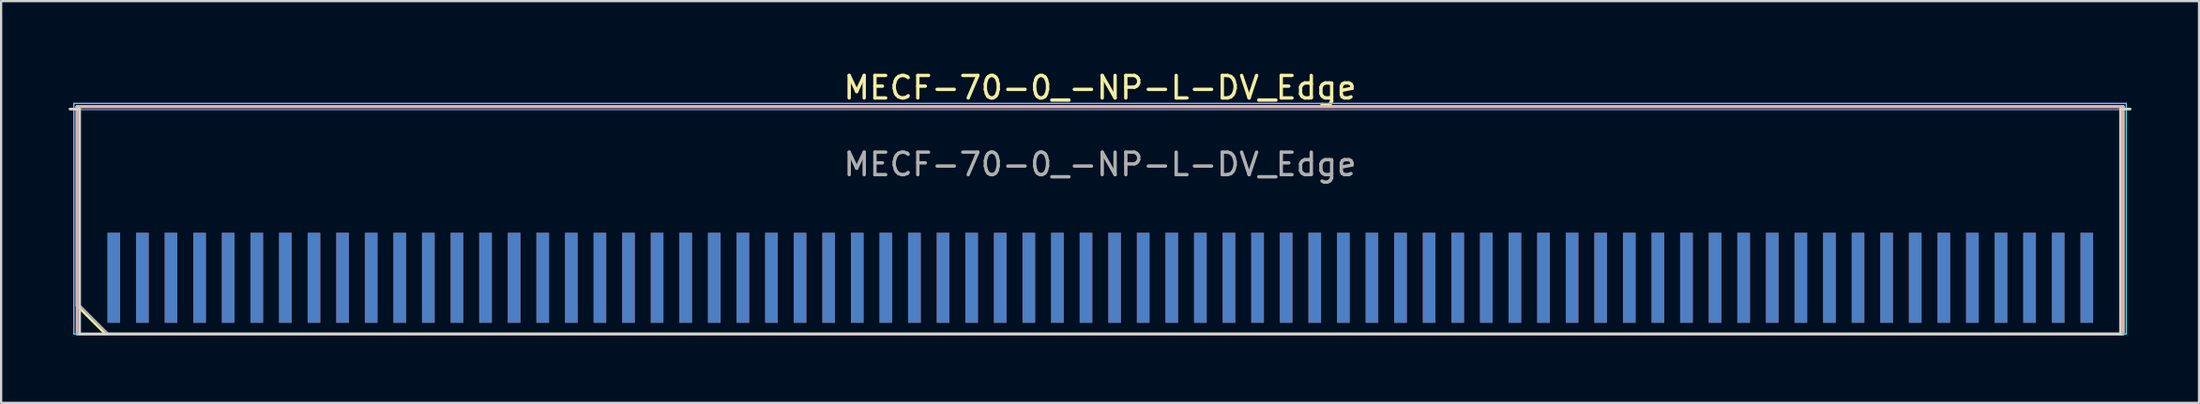
<source format=kicad_pcb>
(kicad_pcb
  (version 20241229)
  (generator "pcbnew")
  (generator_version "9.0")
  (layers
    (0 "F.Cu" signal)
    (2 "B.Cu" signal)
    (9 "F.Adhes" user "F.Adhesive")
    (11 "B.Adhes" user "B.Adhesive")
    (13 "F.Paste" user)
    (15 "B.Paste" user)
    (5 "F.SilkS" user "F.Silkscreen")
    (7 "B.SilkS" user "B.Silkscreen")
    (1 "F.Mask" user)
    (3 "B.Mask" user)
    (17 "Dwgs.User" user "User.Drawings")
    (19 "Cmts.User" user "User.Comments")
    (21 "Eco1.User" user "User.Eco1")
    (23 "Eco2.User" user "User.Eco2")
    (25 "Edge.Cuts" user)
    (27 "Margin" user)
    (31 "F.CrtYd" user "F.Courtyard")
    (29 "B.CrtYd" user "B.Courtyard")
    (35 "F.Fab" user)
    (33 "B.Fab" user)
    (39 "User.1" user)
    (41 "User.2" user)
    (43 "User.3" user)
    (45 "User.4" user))
  (footprint "MECF-70-0_-NP-L-DV_Edge"
    (layer "F.Cu")
    (at 45.81 6.798)
    (property "Reference" "MECF-70-0_-NP-L-DV_Edge" (at 0 -5.95 0) (layer "F.SilkS") (effects (font (size 1 1) (thickness 0.15))))
    (attr exclude_from_pos_files exclude_from_bom)
    (fp_line (start -45.44 -5.11) (end 45.44 -5.11) (stroke (width 0.12) (type solid)) (layer "F.SilkS"))
    (fp_line (start -45.44 3.73) (end -45.44 -5.11) (stroke (width 0.12) (type solid)) (layer "F.SilkS"))
    (fp_line (start -44.17 5) (end -45.44 3.73) (stroke (width 0.12) (type solid)) (layer "F.SilkS"))
    (fp_line (start -44.17 5) (end 45.44 5) (stroke (width 0.12) (type solid)) (layer "F.SilkS"))
    (fp_line (start 45.44 5) (end 45.44 -5.11) (stroke (width 0.12) (type solid)) (layer "F.SilkS"))
    (fp_line (start -45.44 -5.11) (end 45.44 -5.11) (stroke (width 0.12) (type solid)) (layer "B.SilkS"))
    (fp_line (start -45.44 5) (end -45.44 -5.11) (stroke (width 0.12) (type solid)) (layer "B.SilkS"))
    (fp_line (start -45.44 5) (end 45.44 5) (stroke (width 0.12) (type solid)) (layer "B.SilkS"))
    (fp_line (start 45.44 5) (end 45.44 -5.11) (stroke (width 0.12) (type solid)) (layer "B.SilkS"))
    (fp_line (start -45.75 -5) (end -45.325 -5) (stroke (width 0.12) (type solid)) (layer "Edge.Cuts"))
    (fp_line (start -45.325 5) (end -45.325 -5) (stroke (width 0.12) (type solid)) (layer "Edge.Cuts"))
    (fp_line (start -45.325 5) (end 45.325 5) (stroke (width 0.12) (type solid)) (layer "Edge.Cuts"))
    (fp_line (start 45.325 5) (end 45.325 -5) (stroke (width 0.12) (type solid)) (layer "Edge.Cuts"))
    (fp_line (start 45.75 -5) (end 45.325 -5) (stroke (width 0.12) (type solid)) (layer "Edge.Cuts"))
    (fp_line (start -45.58 -5.25) (end -45.58 5) (stroke (width 0.05) (type solid)) (layer "B.CrtYd"))
    (fp_line (start -45.58 5) (end 45.58 5) (stroke (width 0.05) (type solid)) (layer "B.CrtYd"))
    (fp_line (start 45.58 -5.25) (end -45.58 -5.25) (stroke (width 0.05) (type solid)) (layer "B.CrtYd"))
    (fp_line (start 45.58 5) (end 45.58 -5.25) (stroke (width 0.05) (type solid)) (layer "B.CrtYd"))
    (fp_line (start -45.58 -5.25) (end -45.58 5) (stroke (width 0.05) (type solid)) (layer "F.CrtYd"))
    (fp_line (start -45.58 5) (end 45.58 5) (stroke (width 0.05) (type solid)) (layer "F.CrtYd"))
    (fp_line (start 45.58 -5.25) (end -45.58 -5.25) (stroke (width 0.05) (type solid)) (layer "F.CrtYd"))
    (fp_line (start 45.58 5) (end 45.58 -5.25) (stroke (width 0.05) (type solid)) (layer "F.CrtYd"))
    (fp_line (start -45.325 -5) (end 45.325 -5) (stroke (width 0.1) (type solid)) (layer "B.Fab"))
    (fp_line (start -45.325 5) (end -45.325 -5) (stroke (width 0.1) (type solid)) (layer "B.Fab"))
    (fp_line (start -45.325 5) (end 45.325 5) (stroke (width 0.1) (type solid)) (layer "B.Fab"))
    (fp_line (start 45.325 5) (end 45.325 -5) (stroke (width 0.1) (type solid)) (layer "B.Fab"))
    (fp_line (start -45.325 -5) (end 45.325 -5) (stroke (width 0.1) (type solid)) (layer "F.Fab"))
    (fp_line (start -45.325 3.73) (end -45.325 -5) (stroke (width 0.1) (type solid)) (layer "F.Fab"))
    (fp_line (start -45.325 3.73) (end -44.055 5) (stroke (width 0.1) (type solid)) (layer "F.Fab"))
    (fp_line (start -44.055 5) (end 45.325 5) (stroke (width 0.1) (type solid)) (layer "F.Fab"))
    (fp_line (start 45.325 5) (end 45.325 -5) (stroke (width 0.1) (type solid)) (layer "F.Fab"))
    (fp_text user "${REFERENCE}" (at 0 -2.54 0) (layer "F.Fab") (effects (font (size 1 1) (thickness 0.15))))
    (pad "1" smd rect (at -43.805 2.5) (size 0.56 4) (layers "F.Cu" "F.Mask" "F.Paste"))
    (pad "2" smd rect (at -43.805 2.5) (size 0.56 4) (layers "B.Cu" "B.Mask" "B.Paste"))
    (pad "3" smd rect (at -42.535 2.5) (size 0.56 4) (layers "F.Cu" "F.Mask" "F.Paste"))
    (pad "4" smd rect (at -42.535 2.5) (size 0.56 4) (layers "B.Cu" "B.Mask" "B.Paste"))
    (pad "5" smd rect (at -41.265 2.5) (size 0.56 4) (layers "F.Cu" "F.Mask" "F.Paste"))
    (pad "6" smd rect (at -41.265 2.5) (size 0.56 4) (layers "B.Cu" "B.Mask" "B.Paste"))
    (pad "7" smd rect (at -39.995 2.5) (size 0.56 4) (layers "F.Cu" "F.Mask" "F.Paste"))
    (pad "8" smd rect (at -39.995 2.5) (size 0.56 4) (layers "B.Cu" "B.Mask" "B.Paste"))
    (pad "9" smd rect (at -38.725 2.5) (size 0.56 4) (layers "F.Cu" "F.Mask" "F.Paste"))
    (pad "10" smd rect (at -38.725 2.5) (size 0.56 4) (layers "B.Cu" "B.Mask" "B.Paste"))
    (pad "11" smd rect (at -37.455 2.5) (size 0.56 4) (layers "F.Cu" "F.Mask" "F.Paste"))
    (pad "12" smd rect (at -37.455 2.5) (size 0.56 4) (layers "B.Cu" "B.Mask" "B.Paste"))
    (pad "13" smd rect (at -36.185 2.5) (size 0.56 4) (layers "F.Cu" "F.Mask" "F.Paste"))
    (pad "14" smd rect (at -36.185 2.5) (size 0.56 4) (layers "B.Cu" "B.Mask" "B.Paste"))
    (pad "15" smd rect (at -34.915 2.5) (size 0.56 4) (layers "F.Cu" "F.Mask" "F.Paste"))
    (pad "16" smd rect (at -34.915 2.5) (size 0.56 4) (layers "B.Cu" "B.Mask" "B.Paste"))
    (pad "17" smd rect (at -33.645 2.5) (size 0.56 4) (layers "F.Cu" "F.Mask" "F.Paste"))
    (pad "18" smd rect (at -33.645 2.5) (size 0.56 4) (layers "B.Cu" "B.Mask" "B.Paste"))
    (pad "19" smd rect (at -32.375 2.5) (size 0.56 4) (layers "F.Cu" "F.Mask" "F.Paste"))
    (pad "20" smd rect (at -32.375 2.5) (size 0.56 4) (layers "B.Cu" "B.Mask" "B.Paste"))
    (pad "21" smd rect (at -31.105 2.5) (size 0.56 4) (layers "F.Cu" "F.Mask" "F.Paste"))
    (pad "22" smd rect (at -31.105 2.5) (size 0.56 4) (layers "B.Cu" "B.Mask" "B.Paste"))
    (pad "23" smd rect (at -29.835 2.5) (size 0.56 4) (layers "F.Cu" "F.Mask" "F.Paste"))
    (pad "24" smd rect (at -29.835 2.5) (size 0.56 4) (layers "B.Cu" "B.Mask" "B.Paste"))
    (pad "25" smd rect (at -28.565 2.5) (size 0.56 4) (layers "F.Cu" "F.Mask" "F.Paste"))
    (pad "26" smd rect (at -28.565 2.5) (size 0.56 4) (layers "B.Cu" "B.Mask" "B.Paste"))
    (pad "27" smd rect (at -27.295 2.5) (size 0.56 4) (layers "F.Cu" "F.Mask" "F.Paste"))
    (pad "28" smd rect (at -27.295 2.5) (size 0.56 4) (layers "B.Cu" "B.Mask" "B.Paste"))
    (pad "29" smd rect (at -26.025 2.5) (size 0.56 4) (layers "F.Cu" "F.Mask" "F.Paste"))
    (pad "30" smd rect (at -26.025 2.5) (size 0.56 4) (layers "B.Cu" "B.Mask" "B.Paste"))
    (pad "31" smd rect (at -24.755 2.5) (size 0.56 4) (layers "F.Cu" "F.Mask" "F.Paste"))
    (pad "32" smd rect (at -24.755 2.5) (size 0.56 4) (layers "B.Cu" "B.Mask" "B.Paste"))
    (pad "33" smd rect (at -23.485 2.5) (size 0.56 4) (layers "F.Cu" "F.Mask" "F.Paste"))
    (pad "34" smd rect (at -23.485 2.5) (size 0.56 4) (layers "B.Cu" "B.Mask" "B.Paste"))
    (pad "35" smd rect (at -22.215 2.5) (size 0.56 4) (layers "F.Cu" "F.Mask" "F.Paste"))
    (pad "36" smd rect (at -22.215 2.5) (size 0.56 4) (layers "B.Cu" "B.Mask" "B.Paste"))
    (pad "37" smd rect (at -20.945 2.5) (size 0.56 4) (layers "F.Cu" "F.Mask" "F.Paste"))
    (pad "38" smd rect (at -20.945 2.5) (size 0.56 4) (layers "B.Cu" "B.Mask" "B.Paste"))
    (pad "39" smd rect (at -19.675 2.5) (size 0.56 4) (layers "F.Cu" "F.Mask" "F.Paste"))
    (pad "40" smd rect (at -19.675 2.5) (size 0.56 4) (layers "B.Cu" "B.Mask" "B.Paste"))
    (pad "41" smd rect (at -18.405 2.5) (size 0.56 4) (layers "F.Cu" "F.Mask" "F.Paste"))
    (pad "42" smd rect (at -18.405 2.5) (size 0.56 4) (layers "B.Cu" "B.Mask" "B.Paste"))
    (pad "43" smd rect (at -17.135 2.5) (size 0.56 4) (layers "F.Cu" "F.Mask" "F.Paste"))
    (pad "44" smd rect (at -17.135 2.5) (size 0.56 4) (layers "B.Cu" "B.Mask" "B.Paste"))
    (pad "45" smd rect (at -15.865 2.5) (size 0.56 4) (layers "F.Cu" "F.Mask" "F.Paste"))
    (pad "46" smd rect (at -15.865 2.5) (size 0.56 4) (layers "B.Cu" "B.Mask" "B.Paste"))
    (pad "47" smd rect (at -14.595 2.5) (size 0.56 4) (layers "F.Cu" "F.Mask" "F.Paste"))
    (pad "48" smd rect (at -14.595 2.5) (size 0.56 4) (layers "B.Cu" "B.Mask" "B.Paste"))
    (pad "49" smd rect (at -13.325 2.5) (size 0.56 4) (layers "F.Cu" "F.Mask" "F.Paste"))
    (pad "50" smd rect (at -13.325 2.5) (size 0.56 4) (layers "B.Cu" "B.Mask" "B.Paste"))
    (pad "51" smd rect (at -12.055 2.5) (size 0.56 4) (layers "F.Cu" "F.Mask" "F.Paste"))
    (pad "52" smd rect (at -12.055 2.5) (size 0.56 4) (layers "B.Cu" "B.Mask" "B.Paste"))
    (pad "53" smd rect (at -10.785 2.5) (size 0.56 4) (layers "F.Cu" "F.Mask" "F.Paste"))
    (pad "54" smd rect (at -10.785 2.5) (size 0.56 4) (layers "B.Cu" "B.Mask" "B.Paste"))
    (pad "55" smd rect (at -9.515 2.5) (size 0.56 4) (layers "F.Cu" "F.Mask" "F.Paste"))
    (pad "56" smd rect (at -9.515 2.5) (size 0.56 4) (layers "B.Cu" "B.Mask" "B.Paste"))
    (pad "57" smd rect (at -8.245 2.5) (size 0.56 4) (layers "F.Cu" "F.Mask" "F.Paste"))
    (pad "58" smd rect (at -8.245 2.5) (size 0.56 4) (layers "B.Cu" "B.Mask" "B.Paste"))
    (pad "59" smd rect (at -6.975 2.5) (size 0.56 4) (layers "F.Cu" "F.Mask" "F.Paste"))
    (pad "60" smd rect (at -6.975 2.5) (size 0.56 4) (layers "B.Cu" "B.Mask" "B.Paste"))
    (pad "61" smd rect (at -5.705 2.5) (size 0.56 4) (layers "F.Cu" "F.Mask" "F.Paste"))
    (pad "62" smd rect (at -5.705 2.5) (size 0.56 4) (layers "B.Cu" "B.Mask" "B.Paste"))
    (pad "63" smd rect (at -4.435 2.5) (size 0.56 4) (layers "F.Cu" "F.Mask" "F.Paste"))
    (pad "64" smd rect (at -4.435 2.5) (size 0.56 4) (layers "B.Cu" "B.Mask" "B.Paste"))
    (pad "65" smd rect (at -3.165 2.5) (size 0.56 4) (layers "F.Cu" "F.Mask" "F.Paste"))
    (pad "66" smd rect (at -3.165 2.5) (size 0.56 4) (layers "B.Cu" "B.Mask" "B.Paste"))
    (pad "67" smd rect (at -1.895 2.5) (size 0.56 4) (layers "F.Cu" "F.Mask" "F.Paste"))
    (pad "68" smd rect (at -1.895 2.5) (size 0.56 4) (layers "B.Cu" "B.Mask" "B.Paste"))
    (pad "69" smd rect (at -0.625 2.5) (size 0.56 4) (layers "F.Cu" "F.Mask" "F.Paste"))
    (pad "70" smd rect (at -0.625 2.5) (size 0.56 4) (layers "B.Cu" "B.Mask" "B.Paste"))
    (pad "71" smd rect (at 0.645 2.5) (size 0.56 4) (layers "F.Cu" "F.Mask" "F.Paste"))
    (pad "72" smd rect (at 0.645 2.5) (size 0.56 4) (layers "B.Cu" "B.Mask" "B.Paste"))
    (pad "73" smd rect (at 1.915 2.5) (size 0.56 4) (layers "F.Cu" "F.Mask" "F.Paste"))
    (pad "74" smd rect (at 1.915 2.5) (size 0.56 4) (layers "B.Cu" "B.Mask" "B.Paste"))
    (pad "75" smd rect (at 3.185 2.5) (size 0.56 4) (layers "F.Cu" "F.Mask" "F.Paste"))
    (pad "76" smd rect (at 3.185 2.5) (size 0.56 4) (layers "B.Cu" "B.Mask" "B.Paste"))
    (pad "77" smd rect (at 4.455 2.5) (size 0.56 4) (layers "F.Cu" "F.Mask" "F.Paste"))
    (pad "78" smd rect (at 4.455 2.5) (size 0.56 4) (layers "B.Cu" "B.Mask" "B.Paste"))
    (pad "79" smd rect (at 5.725 2.5) (size 0.56 4) (layers "F.Cu" "F.Mask" "F.Paste"))
    (pad "80" smd rect (at 5.725 2.5) (size 0.56 4) (layers "B.Cu" "B.Mask" "B.Paste"))
    (pad "81" smd rect (at 6.995 2.5) (size 0.56 4) (layers "F.Cu" "F.Mask" "F.Paste"))
    (pad "82" smd rect (at 6.995 2.5) (size 0.56 4) (layers "B.Cu" "B.Mask" "B.Paste"))
    (pad "83" smd rect (at 8.265 2.5) (size 0.56 4) (layers "F.Cu" "F.Mask" "F.Paste"))
    (pad "84" smd rect (at 8.265 2.5) (size 0.56 4) (layers "B.Cu" "B.Mask" "B.Paste"))
    (pad "85" smd rect (at 9.535 2.5) (size 0.56 4) (layers "F.Cu" "F.Mask" "F.Paste"))
    (pad "86" smd rect (at 9.535 2.5) (size 0.56 4) (layers "B.Cu" "B.Mask" "B.Paste"))
    (pad "87" smd rect (at 10.805 2.5) (size 0.56 4) (layers "F.Cu" "F.Mask" "F.Paste"))
    (pad "88" smd rect (at 10.805 2.5) (size 0.56 4) (layers "B.Cu" "B.Mask" "B.Paste"))
    (pad "89" smd rect (at 12.075 2.5) (size 0.56 4) (layers "F.Cu" "F.Mask" "F.Paste"))
    (pad "90" smd rect (at 12.075 2.5) (size 0.56 4) (layers "B.Cu" "B.Mask" "B.Paste"))
    (pad "91" smd rect (at 13.345 2.5) (size 0.56 4) (layers "F.Cu" "F.Mask" "F.Paste"))
    (pad "92" smd rect (at 13.345 2.5) (size 0.56 4) (layers "B.Cu" "B.Mask" "B.Paste"))
    (pad "93" smd rect (at 14.615 2.5) (size 0.56 4) (layers "F.Cu" "F.Mask" "F.Paste"))
    (pad "94" smd rect (at 14.615 2.5) (size 0.56 4) (layers "B.Cu" "B.Mask" "B.Paste"))
    (pad "95" smd rect (at 15.885 2.5) (size 0.56 4) (layers "F.Cu" "F.Mask" "F.Paste"))
    (pad "96" smd rect (at 15.885 2.5) (size 0.56 4) (layers "B.Cu" "B.Mask" "B.Paste"))
    (pad "97" smd rect (at 17.155 2.5) (size 0.56 4) (layers "F.Cu" "F.Mask" "F.Paste"))
    (pad "98" smd rect (at 17.155 2.5) (size 0.56 4) (layers "B.Cu" "B.Mask" "B.Paste"))
    (pad "99" smd rect (at 18.425 2.5) (size 0.56 4) (layers "F.Cu" "F.Mask" "F.Paste"))
    (pad "100" smd rect (at 18.425 2.5) (size 0.56 4) (layers "B.Cu" "B.Mask" "B.Paste"))
    (pad "101" smd rect (at 19.695 2.5) (size 0.56 4) (layers "F.Cu" "F.Mask" "F.Paste"))
    (pad "102" smd rect (at 19.695 2.5) (size 0.56 4) (layers "B.Cu" "B.Mask" "B.Paste"))
    (pad "103" smd rect (at 20.965 2.5) (size 0.56 4) (layers "F.Cu" "F.Mask" "F.Paste"))
    (pad "104" smd rect (at 20.965 2.5) (size 0.56 4) (layers "B.Cu" "B.Mask" "B.Paste"))
    (pad "105" smd rect (at 22.235 2.5) (size 0.56 4) (layers "F.Cu" "F.Mask" "F.Paste"))
    (pad "106" smd rect (at 22.235 2.5) (size 0.56 4) (layers "B.Cu" "B.Mask" "B.Paste"))
    (pad "107" smd rect (at 23.505 2.5) (size 0.56 4) (layers "F.Cu" "F.Mask" "F.Paste"))
    (pad "108" smd rect (at 23.505 2.5) (size 0.56 4) (layers "B.Cu" "B.Mask" "B.Paste"))
    (pad "109" smd rect (at 24.775 2.5) (size 0.56 4) (layers "F.Cu" "F.Mask" "F.Paste"))
    (pad "110" smd rect (at 24.775 2.5) (size 0.56 4) (layers "B.Cu" "B.Mask" "B.Paste"))
    (pad "111" smd rect (at 26.045 2.5) (size 0.56 4) (layers "F.Cu" "F.Mask" "F.Paste"))
    (pad "112" smd rect (at 26.045 2.5) (size 0.56 4) (layers "B.Cu" "B.Mask" "B.Paste"))
    (pad "113" smd rect (at 27.315 2.5) (size 0.56 4) (layers "F.Cu" "F.Mask" "F.Paste"))
    (pad "114" smd rect (at 27.315 2.5) (size 0.56 4) (layers "B.Cu" "B.Mask" "B.Paste"))
    (pad "115" smd rect (at 28.585 2.5) (size 0.56 4) (layers "F.Cu" "F.Mask" "F.Paste"))
    (pad "116" smd rect (at 28.585 2.5) (size 0.56 4) (layers "B.Cu" "B.Mask" "B.Paste"))
    (pad "117" smd rect (at 29.855 2.5) (size 0.56 4) (layers "F.Cu" "F.Mask" "F.Paste"))
    (pad "118" smd rect (at 29.855 2.5) (size 0.56 4) (layers "B.Cu" "B.Mask" "B.Paste"))
    (pad "119" smd rect (at 31.125 2.5) (size 0.56 4) (layers "F.Cu" "F.Mask" "F.Paste"))
    (pad "120" smd rect (at 31.125 2.5) (size 0.56 4) (layers "B.Cu" "B.Mask" "B.Paste"))
    (pad "121" smd rect (at 32.395 2.5) (size 0.56 4) (layers "F.Cu" "F.Mask" "F.Paste"))
    (pad "122" smd rect (at 32.395 2.5) (size 0.56 4) (layers "B.Cu" "B.Mask" "B.Paste"))
    (pad "123" smd rect (at 33.665 2.5) (size 0.56 4) (layers "F.Cu" "F.Mask" "F.Paste"))
    (pad "124" smd rect (at 33.665 2.5) (size 0.56 4) (layers "B.Cu" "B.Mask" "B.Paste"))
    (pad "125" smd rect (at 34.935 2.5) (size 0.56 4) (layers "F.Cu" "F.Mask" "F.Paste"))
    (pad "126" smd rect (at 34.935 2.5) (size 0.56 4) (layers "B.Cu" "B.Mask" "B.Paste"))
    (pad "127" smd rect (at 36.205 2.5) (size 0.56 4) (layers "F.Cu" "F.Mask" "F.Paste"))
    (pad "128" smd rect (at 36.205 2.5) (size 0.56 4) (layers "B.Cu" "B.Mask" "B.Paste"))
    (pad "129" smd rect (at 37.475 2.5) (size 0.56 4) (layers "F.Cu" "F.Mask" "F.Paste"))
    (pad "130" smd rect (at 37.475 2.5) (size 0.56 4) (layers "B.Cu" "B.Mask" "B.Paste"))
    (pad "131" smd rect (at 38.745 2.5) (size 0.56 4) (layers "F.Cu" "F.Mask" "F.Paste"))
    (pad "132" smd rect (at 38.745 2.5) (size 0.56 4) (layers "B.Cu" "B.Mask" "B.Paste"))
    (pad "133" smd rect (at 40.015 2.5) (size 0.56 4) (layers "F.Cu" "F.Mask" "F.Paste"))
    (pad "134" smd rect (at 40.015 2.5) (size 0.56 4) (layers "B.Cu" "B.Mask" "B.Paste"))
    (pad "135" smd rect (at 41.285 2.5) (size 0.56 4) (layers "F.Cu" "F.Mask" "F.Paste"))
    (pad "136" smd rect (at 41.285 2.5) (size 0.56 4) (layers "B.Cu" "B.Mask" "B.Paste"))
    (pad "137" smd rect (at 42.555 2.5) (size 0.56 4) (layers "F.Cu" "F.Mask" "F.Paste"))
    (pad "138" smd rect (at 42.555 2.5) (size 0.56 4) (layers "B.Cu" "B.Mask" "B.Paste"))
    (pad "139" smd rect (at 43.825 2.5) (size 0.56 4) (layers "F.Cu" "F.Mask" "F.Paste"))
    (pad "140" smd rect (at 43.825 2.5) (size 0.56 4) (layers "B.Cu" "B.Mask" "B.Paste")))
  (gr_rect
    (start -3 -3)
    (end 94.62 14.858)
    (stroke (width 0.1) (type default))
    (fill no)
    (layer "Edge.Cuts")))
</source>
